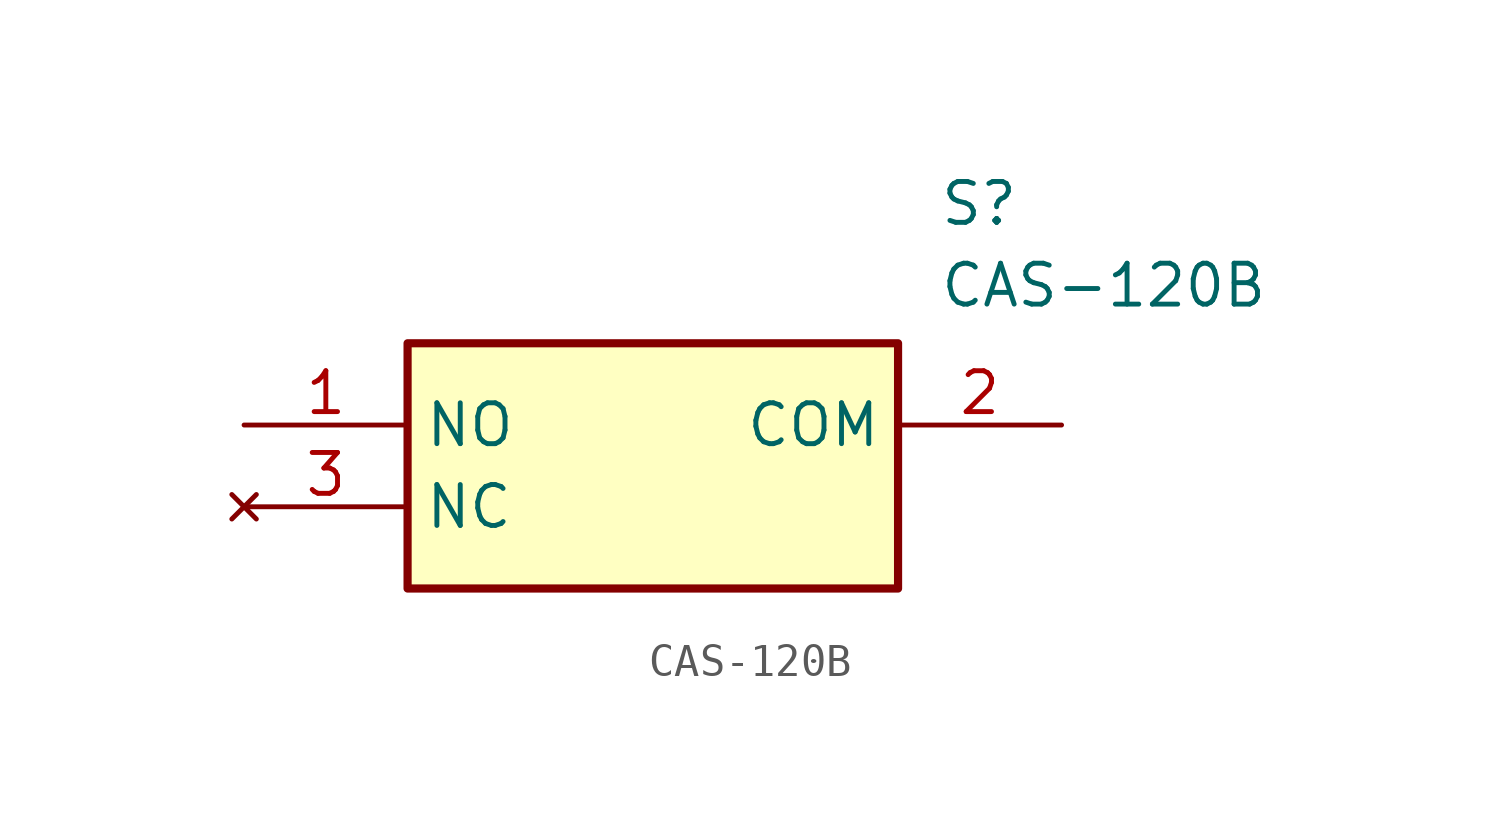
<source format=kicad_sym>
(kicad_symbol_lib
  (version 20211014)
  (generator SamacSys_ECAD_Model)
  (symbol "CAS-120B"
    (property "Reference" "S"
      (at 21.59 7.62 0)
      (effects (font (size 1.27 1.27)) (justify left top)))
    (property "Value" "CAS-120B"
      (at 21.59 5.08 0)
      (effects (font (size 1.27 1.27)) (justify left top)))
    (rectangle
      (start 5.08 2.54)
      (end 20.32 -5.08)
      (stroke (width 0.254) (type default))
      (fill (type background)))
    (pin passive line
      (at 0 0 0)
      (length 5.08)
      (name "NO" (effects (font (size 1.27 1.27))))
      (number "1" (effects (font (size 1.27 1.27)))))
    (pin passive line
      (at 25.4 0 180)
      (length 5.08)
      (name "COM" (effects (font (size 1.27 1.27))))
      (number "2" (effects (font (size 1.27 1.27)))))
    (pin no_connect line
      (at 0 -2.54 0)
      (length 5.08)
      (name "NC" (effects (font (size 1.27 1.27))))
      (number "3" (effects (font (size 1.27 1.27)))))))
</source>
